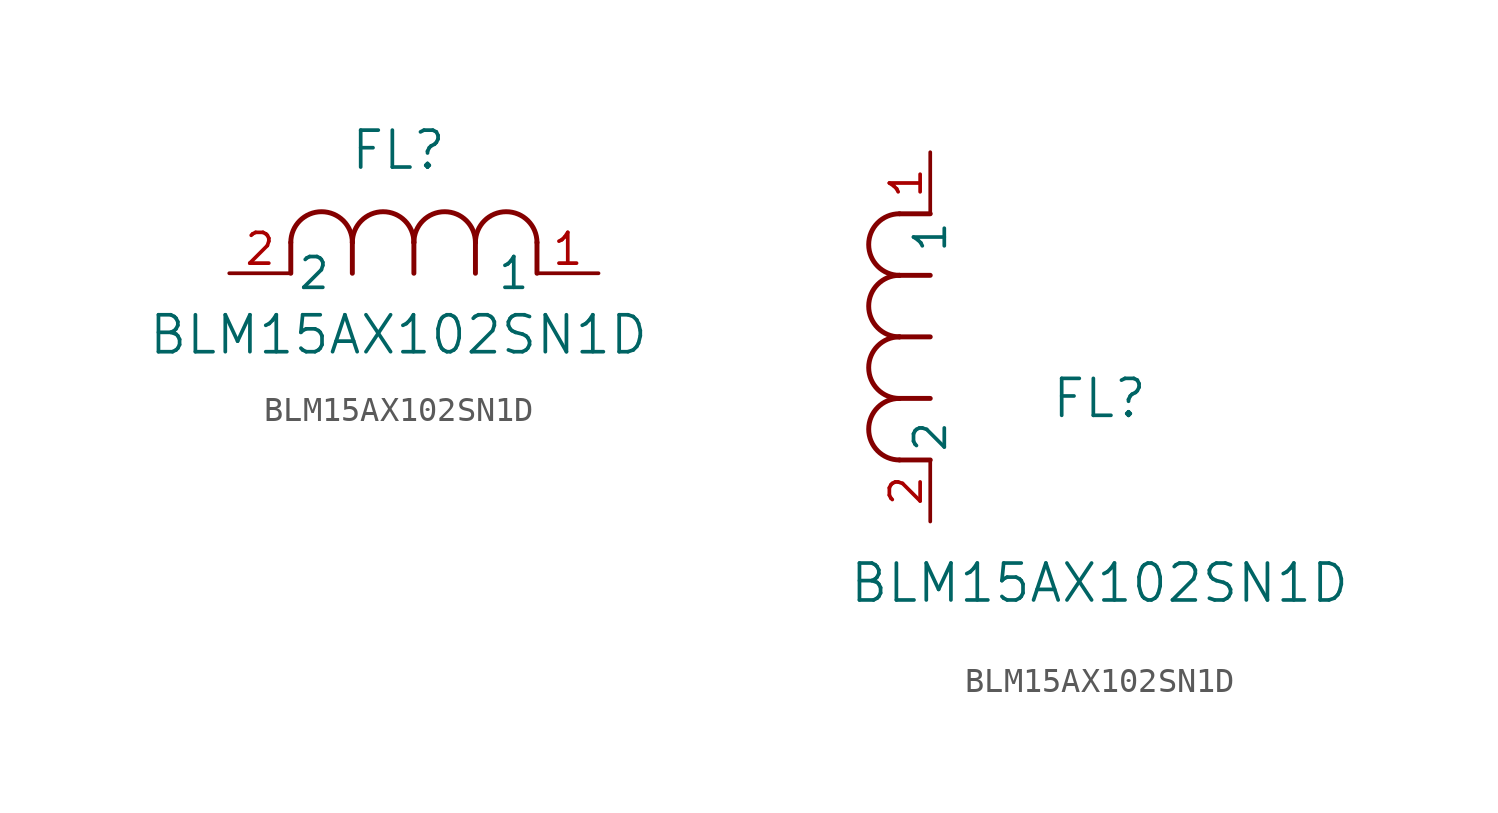
<source format=kicad_sym>
(kicad_symbol_lib
  (version 20211014)
  (generator kicad_symbol_editor)
  (symbol "BLM15AX102SN1D"
    (pin_names
      (offset 0.254))
    (property "Reference" "FL"
      (at 6.985 5.08 0)
      (effects (font (size 1.524 1.524))))
    (property "Value" "BLM15AX102SN1D"
      (at 6.985 -2.54 0)
      (effects (font (size 1.524 1.524))))
    (symbol "BLM15AX102SN1D_1_1"
      (arc (start 7.62 1.27) (mid 6.35 2.54) (end 5.08 1.27) (stroke (width 0.2032) (type default) (color 0 0 0 0)) (fill (type none)))
      (polyline (pts (xy 5.08 0) (xy 5.08 1.27)) (stroke (width 0.203) (type default) (color 0 0 0 0)) (fill (type none)))
      (polyline (pts (xy 7.62 0) (xy 7.62 1.27)) (stroke (width 0.203) (type default) (color 0 0 0 0)) (fill (type none)))
      (polyline (pts (xy 12.7 0) (xy 12.7 1.27)) (stroke (width 0.203) (type default) (color 0 0 0 0)) (fill (type none)))
      (arc (start 5.08 1.27) (mid 3.81 2.54) (end 2.54 1.27) (stroke (width 0.2032) (type default) (color 0 0 0 0)) (fill (type none)))
      (arc (start 10.16 1.27) (mid 8.89 2.54) (end 7.62 1.27) (stroke (width 0.2032) (type default) (color 0 0 0 0)) (fill (type none)))
      (arc (start 12.7 1.27) (mid 11.43 2.54) (end 10.16 1.27) (stroke (width 0.2032) (type default) (color 0 0 0 0)) (fill (type none)))
      (polyline (pts (xy 2.54 0) (xy 2.54 1.27)) (stroke (width 0.203) (type default) (color 0 0 0 0)) (fill (type none)))
      (polyline (pts (xy 10.16 0) (xy 10.16 1.27)) (stroke (width 0.203) (type default) (color 0 0 0 0)) (fill (type none)))
      (pin unspecified line (at 0 0 0) (length 2.54) (name "2" (effects (font (size 1.27 1.27)))) (number "2" (effects (font (size 1.27 1.27)))))
      (pin unspecified line (at 15.24 0 180) (length 2.54) (name "1" (effects (font (size 1.27 1.27)))) (number "1" (effects (font (size 1.27 1.27))))))
    (symbol "BLM15AX102SN1D_1_2"
      (arc (start -1.27 7.62) (mid -2.54 6.35) (end -1.27 5.08) (stroke (width 0.2032) (type default) (color 0 0 0 0)) (fill (type none)))
      (arc (start -1.27 5.08) (mid -2.54 3.81) (end -1.27 2.54) (stroke (width 0.2032) (type default) (color 0 0 0 0)) (fill (type none)))
      (arc (start -1.27 12.7) (mid -2.54 11.43) (end -1.27 10.16) (stroke (width 0.2032) (type default) (color 0 0 0 0)) (fill (type none)))
      (arc (start -1.27 10.16) (mid -2.54 8.89) (end -1.27 7.62) (stroke (width 0.2032) (type default) (color 0 0 0 0)) (fill (type none)))
      (polyline (pts (xy 0 7.62) (xy -1.27 7.62)) (stroke (width 0.203) (type default) (color 0 0 0 0)) (fill (type none)))
      (polyline (pts (xy 0 5.08) (xy -1.27 5.08)) (stroke (width 0.203) (type default) (color 0 0 0 0)) (fill (type none)))
      (polyline (pts (xy 0 12.7) (xy -1.27 12.7)) (stroke (width 0.203) (type default) (color 0 0 0 0)) (fill (type none)))
      (polyline (pts (xy 0 2.54) (xy -1.27 2.54)) (stroke (width 0.203) (type default) (color 0 0 0 0)) (fill (type none)))
      (polyline (pts (xy 0 10.16) (xy -1.27 10.16)) (stroke (width 0.203) (type default) (color 0 0 0 0)) (fill (type none)))
      (pin unspecified line (at 0 0 90) (length 2.54) (name "2" (effects (font (size 1.27 1.27)))) (number "2" (effects (font (size 1.27 1.27)))))
      (pin unspecified line (at 0 15.24 270) (length 2.54) (name "1" (effects (font (size 1.27 1.27)))) (number "1" (effects (font (size 1.27 1.27))))))))
</source>
